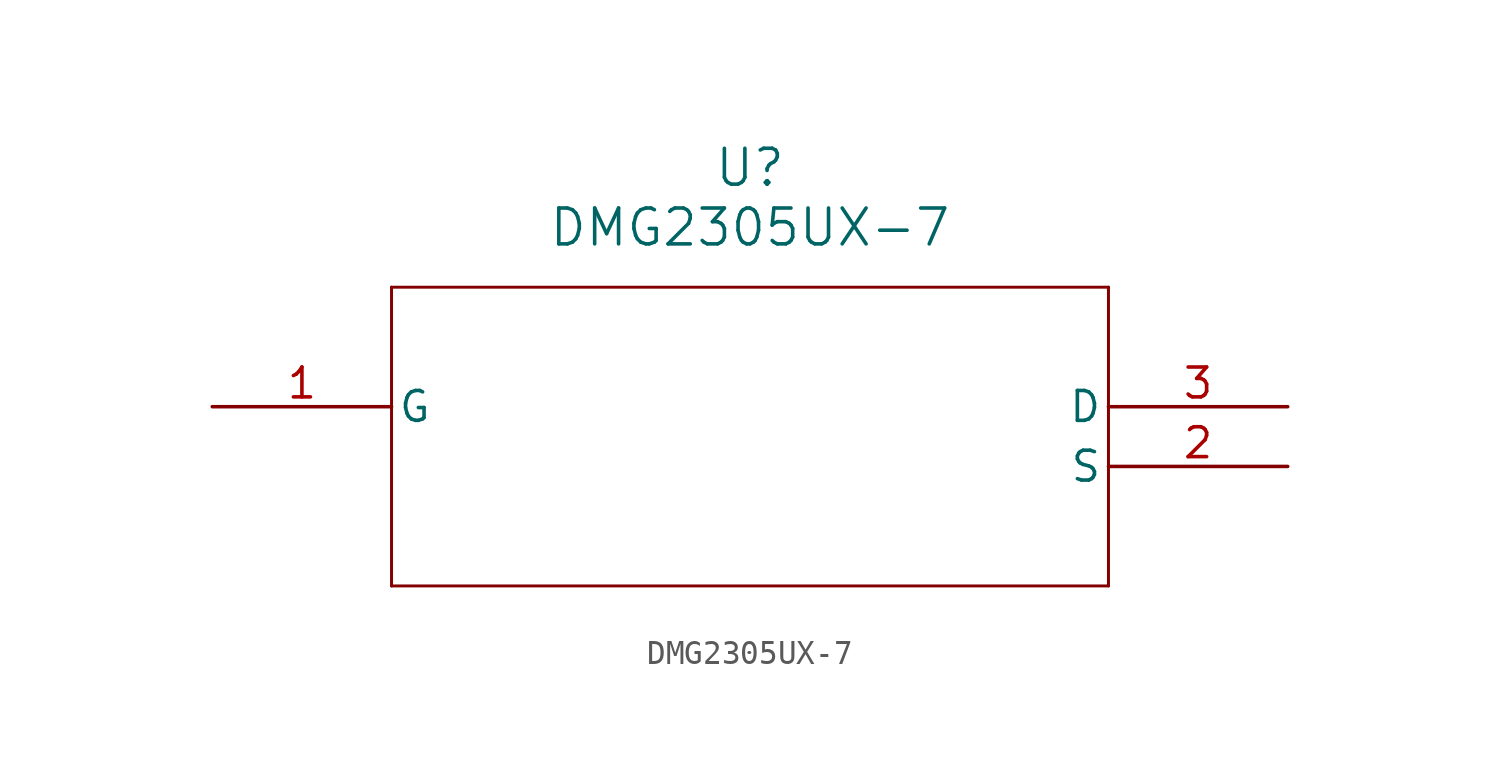
<source format=kicad_sym>
(kicad_symbol_lib
  (version 20211014)
  (generator kicad_symbol_editor)
  (symbol "DMG2305UX-7"
    (pin_names
      (offset 0.254))
    (property "Reference" "U"
      (at 22.86 10.16 0)
      (effects (font (size 1.524 1.524))))
    (property "Value" "DMG2305UX-7"
      (at 22.86 7.62 0)
      (effects (font (size 1.524 1.524))))
    (symbol "DMG2305UX-7_0_1"
      (polyline (pts (xy 7.62 5.08) (xy 7.62 -7.62)) (stroke (width 0.127) (type default) (color 0 0 0 0)) (fill (type none)))
      (polyline (pts (xy 7.62 -7.62) (xy 38.1 -7.62)) (stroke (width 0.127) (type default) (color 0 0 0 0)) (fill (type none)))
      (polyline (pts (xy 38.1 -7.62) (xy 38.1 5.08)) (stroke (width 0.127) (type default) (color 0 0 0 0)) (fill (type none)))
      (polyline (pts (xy 38.1 5.08) (xy 7.62 5.08)) (stroke (width 0.127) (type default) (color 0 0 0 0)) (fill (type none)))
      (pin unspecified line (at 0 0 0) (length 7.62) (name "G" (effects (font (size 1.27 1.27)))) (number "1" (effects (font (size 1.27 1.27)))))
      (pin unspecified line (at 45.72 -2.54 180) (length 7.62) (name "S" (effects (font (size 1.27 1.27)))) (number "2" (effects (font (size 1.27 1.27)))))
      (pin unspecified line (at 45.72 0 180) (length 7.62) (name "D" (effects (font (size 1.27 1.27)))) (number "3" (effects (font (size 1.27 1.27))))))))
</source>
